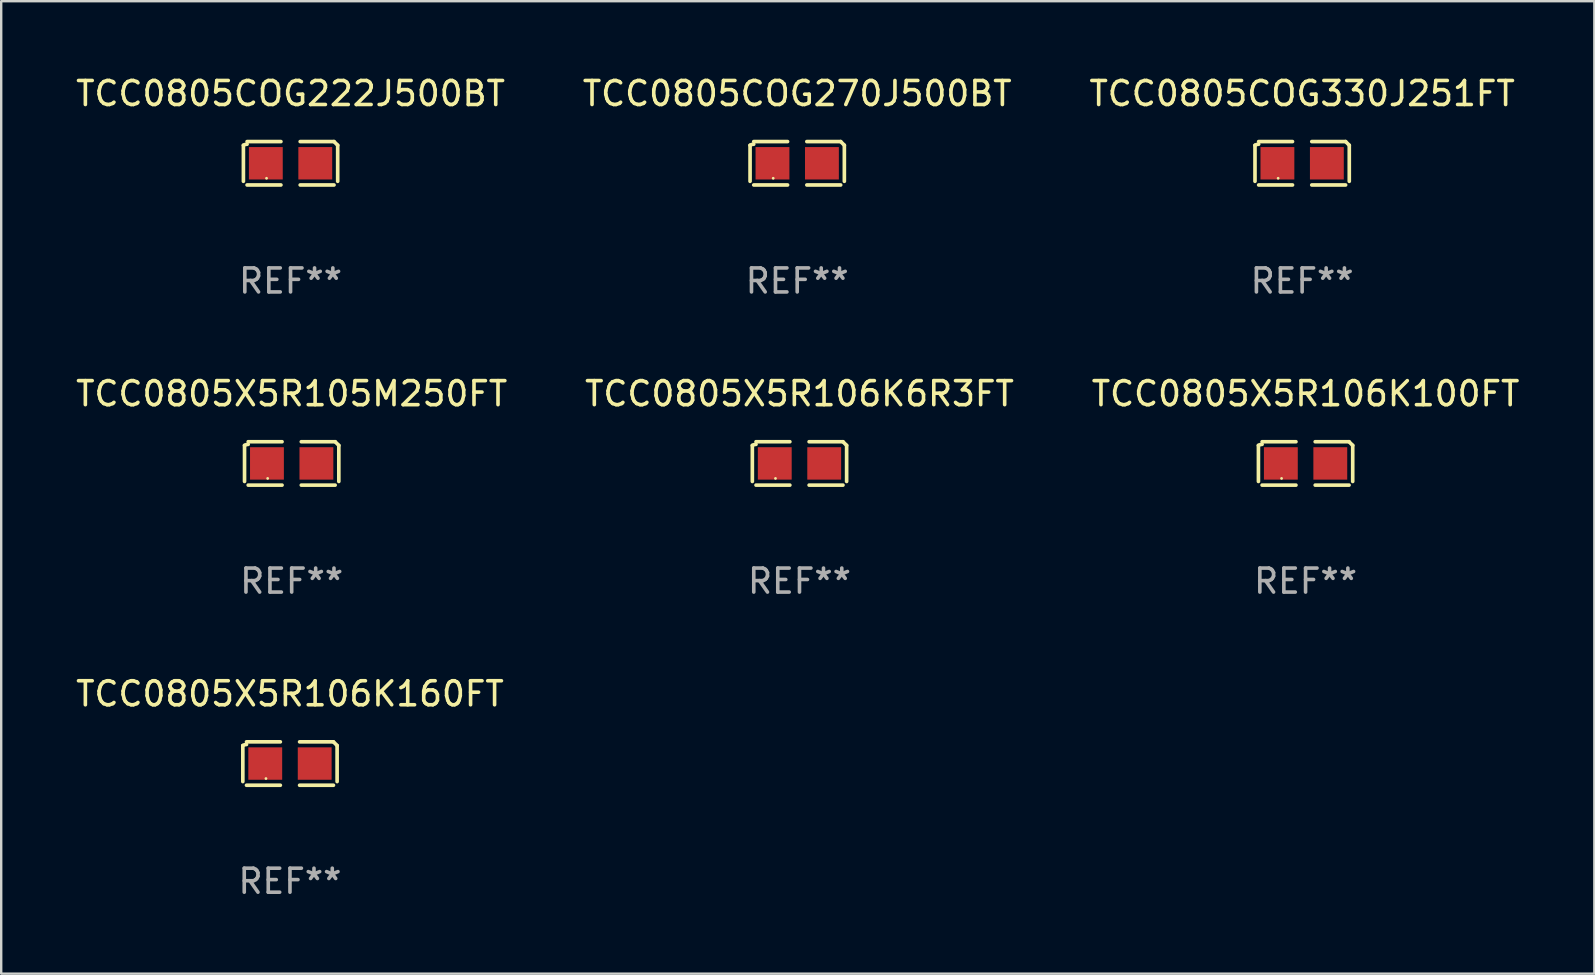
<source format=kicad_pcb>
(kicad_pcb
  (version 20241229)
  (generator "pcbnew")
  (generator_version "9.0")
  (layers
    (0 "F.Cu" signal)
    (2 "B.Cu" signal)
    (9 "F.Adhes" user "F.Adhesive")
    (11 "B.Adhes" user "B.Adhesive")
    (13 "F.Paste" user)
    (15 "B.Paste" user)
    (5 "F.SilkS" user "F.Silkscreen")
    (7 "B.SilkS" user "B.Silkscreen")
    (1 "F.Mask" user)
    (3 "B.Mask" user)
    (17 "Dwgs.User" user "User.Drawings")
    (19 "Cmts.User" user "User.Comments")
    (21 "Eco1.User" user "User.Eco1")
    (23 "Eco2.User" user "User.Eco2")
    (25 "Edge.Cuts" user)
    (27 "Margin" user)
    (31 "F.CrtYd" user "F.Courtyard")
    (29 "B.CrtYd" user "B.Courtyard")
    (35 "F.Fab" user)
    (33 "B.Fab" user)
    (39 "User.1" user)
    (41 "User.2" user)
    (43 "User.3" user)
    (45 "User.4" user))
  (footprint "TCC0805X5R105M250FT"
    (layer "F.Cu")
    (at 9.101 16.256)
    (property "Reference" "TCC0805X5R105M250FT" (at 0 -2.904 0) (layer "F.SilkS") (effects (font (size 1 1) (thickness 0.15))))
    (attr through_hole)
    (fp_line (start -1.964 0.751) (end -1.964 -0.751) (stroke (width 0.152) (type solid)) (layer "F.SilkS"))
    (fp_line (start -1.811 -0.904) (end -0.401 -0.904) (stroke (width 0.152) (type solid)) (layer "F.SilkS"))
    (fp_line (start -0.401 0.904) (end -1.811 0.904) (stroke (width 0.152) (type solid)) (layer "F.SilkS"))
    (fp_line (start 0.401 0.904) (end 1.811 0.904) (stroke (width 0.152) (type solid)) (layer "F.SilkS"))
    (fp_line (start 1.811 -0.904) (end 0.401 -0.904) (stroke (width 0.152) (type solid)) (layer "F.SilkS"))
    (fp_line (start 1.964 0.751) (end 1.964 -0.751) (stroke (width 0.152) (type solid)) (layer "F.SilkS"))
    (fp_arc (start -1.963602 -0.751207) (mid -1.890354 -0.783131) (end -1.811201 -0.794044) (stroke (width 0.1524) (type solid)) (layer "F.SilkS"))
    (fp_arc (start 1.811202 -0.903607) (mid 1.887413 -0.827418) (end 1.963602 -0.751207) (stroke (width 0.1524) (type solid)) (layer "F.SilkS"))
    (fp_circle (center -1 0.625) (end -0.97 0.625) (stroke (width 0.06) (type solid)) (fill no) (layer "F.SilkS"))
    (fp_text user "REF**" (at 0 4.904 0) (layer "F.Fab") (effects (font (size 1 1) (thickness 0.15))))
    (pad "1" smd rect (at -1.03 0) (size 1.41 1.35) (layers "F.Cu" "F.Mask" "F.Paste"))
    (pad "2" smd rect (at 1.03 0) (size 1.41 1.35) (layers "F.Cu" "F.Mask" "F.Paste")))
  (footprint "TCC0805COG222J500BT"
    (layer "F.Cu")
    (at 9.054 3.752)
    (property "Reference" "TCC0805COG222J500BT" (at 0 -2.904 0) (layer "F.SilkS") (effects (font (size 1 1) (thickness 0.15))))
    (attr through_hole)
    (fp_line (start -1.964 0.751) (end -1.964 -0.751) (stroke (width 0.152) (type solid)) (layer "F.SilkS"))
    (fp_line (start -1.811 -0.904) (end -0.401 -0.904) (stroke (width 0.152) (type solid)) (layer "F.SilkS"))
    (fp_line (start -0.401 0.904) (end -1.811 0.904) (stroke (width 0.152) (type solid)) (layer "F.SilkS"))
    (fp_line (start 0.401 0.904) (end 1.811 0.904) (stroke (width 0.152) (type solid)) (layer "F.SilkS"))
    (fp_line (start 1.811 -0.904) (end 0.401 -0.904) (stroke (width 0.152) (type solid)) (layer "F.SilkS"))
    (fp_line (start 1.964 0.751) (end 1.964 -0.751) (stroke (width 0.152) (type solid)) (layer "F.SilkS"))
    (fp_arc (start -1.963602 -0.751207) (mid -1.890354 -0.783131) (end -1.811201 -0.794044) (stroke (width 0.1524) (type solid)) (layer "F.SilkS"))
    (fp_arc (start 1.811202 -0.903607) (mid 1.887413 -0.827418) (end 1.963602 -0.751207) (stroke (width 0.1524) (type solid)) (layer "F.SilkS"))
    (fp_circle (center -1 0.625) (end -0.97 0.625) (stroke (width 0.06) (type solid)) (fill no) (layer "F.SilkS"))
    (fp_text user "REF**" (at 0 4.904 0) (layer "F.Fab") (effects (font (size 1 1) (thickness 0.15))))
    (pad "1" smd rect (at -1.03 0) (size 1.41 1.35) (layers "F.Cu" "F.Mask" "F.Paste"))
    (pad "2" smd rect (at 1.03 0) (size 1.41 1.35) (layers "F.Cu" "F.Mask" "F.Paste")))
  (footprint "TCC0805X5R106K6R3FT"
    (layer "F.Cu")
    (at 30.256 16.256)
    (property "Reference" "TCC0805X5R106K6R3FT" (at 0 -2.904 0) (layer "F.SilkS") (effects (font (size 1 1) (thickness 0.15))))
    (attr through_hole)
    (fp_line (start -1.964 0.751) (end -1.964 -0.751) (stroke (width 0.152) (type solid)) (layer "F.SilkS"))
    (fp_line (start -1.811 -0.904) (end -0.401 -0.904) (stroke (width 0.152) (type solid)) (layer "F.SilkS"))
    (fp_line (start -0.401 0.904) (end -1.811 0.904) (stroke (width 0.152) (type solid)) (layer "F.SilkS"))
    (fp_line (start 0.401 0.904) (end 1.811 0.904) (stroke (width 0.152) (type solid)) (layer "F.SilkS"))
    (fp_line (start 1.811 -0.904) (end 0.401 -0.904) (stroke (width 0.152) (type solid)) (layer "F.SilkS"))
    (fp_line (start 1.964 0.751) (end 1.964 -0.751) (stroke (width 0.152) (type solid)) (layer "F.SilkS"))
    (fp_arc (start -1.963602 -0.751207) (mid -1.890354 -0.783131) (end -1.811201 -0.794044) (stroke (width 0.1524) (type solid)) (layer "F.SilkS"))
    (fp_arc (start 1.811202 -0.903607) (mid 1.887413 -0.827418) (end 1.963602 -0.751207) (stroke (width 0.1524) (type solid)) (layer "F.SilkS"))
    (fp_circle (center -1 0.625) (end -0.97 0.625) (stroke (width 0.06) (type solid)) (fill no) (layer "F.SilkS"))
    (fp_text user "REF**" (at 0 4.904 0) (layer "F.Fab") (effects (font (size 1 1) (thickness 0.15))))
    (pad "1" smd rect (at -1.03 0) (size 1.41 1.35) (layers "F.Cu" "F.Mask" "F.Paste"))
    (pad "2" smd rect (at 1.03 0) (size 1.41 1.35) (layers "F.Cu" "F.Mask" "F.Paste")))
  (footprint "TCC0805COG270J500BT"
    (layer "F.Cu")
    (at 30.161 3.752)
    (property "Reference" "TCC0805COG270J500BT" (at 0 -2.904 0) (layer "F.SilkS") (effects (font (size 1 1) (thickness 0.15))))
    (attr through_hole)
    (fp_line (start -1.964 0.751) (end -1.964 -0.751) (stroke (width 0.152) (type solid)) (layer "F.SilkS"))
    (fp_line (start -1.811 -0.904) (end -0.401 -0.904) (stroke (width 0.152) (type solid)) (layer "F.SilkS"))
    (fp_line (start -0.401 0.904) (end -1.811 0.904) (stroke (width 0.152) (type solid)) (layer "F.SilkS"))
    (fp_line (start 0.401 0.904) (end 1.811 0.904) (stroke (width 0.152) (type solid)) (layer "F.SilkS"))
    (fp_line (start 1.811 -0.904) (end 0.401 -0.904) (stroke (width 0.152) (type solid)) (layer "F.SilkS"))
    (fp_line (start 1.964 0.751) (end 1.964 -0.751) (stroke (width 0.152) (type solid)) (layer "F.SilkS"))
    (fp_arc (start -1.963602 -0.751207) (mid -1.890354 -0.783131) (end -1.811201 -0.794044) (stroke (width 0.1524) (type solid)) (layer "F.SilkS"))
    (fp_arc (start 1.811202 -0.903607) (mid 1.887413 -0.827418) (end 1.963602 -0.751207) (stroke (width 0.1524) (type solid)) (layer "F.SilkS"))
    (fp_circle (center -1 0.625) (end -0.97 0.625) (stroke (width 0.06) (type solid)) (fill no) (layer "F.SilkS"))
    (fp_text user "REF**" (at 0 4.904 0) (layer "F.Fab") (effects (font (size 1 1) (thickness 0.15))))
    (pad "1" smd rect (at -1.03 0) (size 1.41 1.35) (layers "F.Cu" "F.Mask" "F.Paste"))
    (pad "2" smd rect (at 1.03 0) (size 1.41 1.35) (layers "F.Cu" "F.Mask" "F.Paste")))
  (footprint "TCC0805COG330J251FT"
    (layer "F.Cu")
    (at 51.196 3.752)
    (property "Reference" "TCC0805COG330J251FT" (at 0 -2.904 0) (layer "F.SilkS") (effects (font (size 1 1) (thickness 0.15))))
    (attr through_hole)
    (fp_line (start -1.964 0.751) (end -1.964 -0.751) (stroke (width 0.152) (type solid)) (layer "F.SilkS"))
    (fp_line (start -1.811 -0.904) (end -0.401 -0.904) (stroke (width 0.152) (type solid)) (layer "F.SilkS"))
    (fp_line (start -0.401 0.904) (end -1.811 0.904) (stroke (width 0.152) (type solid)) (layer "F.SilkS"))
    (fp_line (start 0.401 0.904) (end 1.811 0.904) (stroke (width 0.152) (type solid)) (layer "F.SilkS"))
    (fp_line (start 1.811 -0.904) (end 0.401 -0.904) (stroke (width 0.152) (type solid)) (layer "F.SilkS"))
    (fp_line (start 1.964 0.751) (end 1.964 -0.751) (stroke (width 0.152) (type solid)) (layer "F.SilkS"))
    (fp_arc (start -1.963602 -0.751207) (mid -1.890354 -0.783131) (end -1.811201 -0.794044) (stroke (width 0.1524) (type solid)) (layer "F.SilkS"))
    (fp_arc (start 1.811202 -0.903607) (mid 1.887413 -0.827418) (end 1.963602 -0.751207) (stroke (width 0.1524) (type solid)) (layer "F.SilkS"))
    (fp_circle (center -1 0.625) (end -0.97 0.625) (stroke (width 0.06) (type solid)) (fill no) (layer "F.SilkS"))
    (fp_text user "REF**" (at 0 4.904 0) (layer "F.Fab") (effects (font (size 1 1) (thickness 0.15))))
    (pad "1" smd rect (at -1.03 0) (size 1.41 1.35) (layers "F.Cu" "F.Mask" "F.Paste"))
    (pad "2" smd rect (at 1.03 0) (size 1.41 1.35) (layers "F.Cu" "F.Mask" "F.Paste")))
  (footprint "TCC0805X5R106K160FT"
    (layer "F.Cu")
    (at 9.03 28.759)
    (property "Reference" "TCC0805X5R106K160FT" (at 0 -2.904 0) (layer "F.SilkS") (effects (font (size 1 1) (thickness 0.15))))
    (attr through_hole)
    (fp_line (start -1.964 0.751) (end -1.964 -0.751) (stroke (width 0.152) (type solid)) (layer "F.SilkS"))
    (fp_line (start -1.811 -0.904) (end -0.401 -0.904) (stroke (width 0.152) (type solid)) (layer "F.SilkS"))
    (fp_line (start -0.401 0.904) (end -1.811 0.904) (stroke (width 0.152) (type solid)) (layer "F.SilkS"))
    (fp_line (start 0.401 0.904) (end 1.811 0.904) (stroke (width 0.152) (type solid)) (layer "F.SilkS"))
    (fp_line (start 1.811 -0.904) (end 0.401 -0.904) (stroke (width 0.152) (type solid)) (layer "F.SilkS"))
    (fp_line (start 1.964 0.751) (end 1.964 -0.751) (stroke (width 0.152) (type solid)) (layer "F.SilkS"))
    (fp_arc (start -1.963602 -0.751207) (mid -1.890354 -0.783131) (end -1.811201 -0.794044) (stroke (width 0.1524) (type solid)) (layer "F.SilkS"))
    (fp_arc (start 1.811202 -0.903607) (mid 1.887413 -0.827418) (end 1.963602 -0.751207) (stroke (width 0.1524) (type solid)) (layer "F.SilkS"))
    (fp_circle (center -1 0.625) (end -0.97 0.625) (stroke (width 0.06) (type solid)) (fill no) (layer "F.SilkS"))
    (fp_text user "REF**" (at 0 4.904 0) (layer "F.Fab") (effects (font (size 1 1) (thickness 0.15))))
    (pad "1" smd rect (at -1.03 0) (size 1.41 1.35) (layers "F.Cu" "F.Mask" "F.Paste"))
    (pad "2" smd rect (at 1.03 0) (size 1.41 1.35) (layers "F.Cu" "F.Mask" "F.Paste")))
  (footprint "TCC0805X5R106K100FT"
    (layer "F.Cu")
    (at 51.339 16.256)
    (property "Reference" "TCC0805X5R106K100FT" (at 0 -2.904 0) (layer "F.SilkS") (effects (font (size 1 1) (thickness 0.15))))
    (attr through_hole)
    (fp_line (start -1.964 0.751) (end -1.964 -0.751) (stroke (width 0.152) (type solid)) (layer "F.SilkS"))
    (fp_line (start -1.811 -0.904) (end -0.401 -0.904) (stroke (width 0.152) (type solid)) (layer "F.SilkS"))
    (fp_line (start -0.401 0.904) (end -1.811 0.904) (stroke (width 0.152) (type solid)) (layer "F.SilkS"))
    (fp_line (start 0.401 0.904) (end 1.811 0.904) (stroke (width 0.152) (type solid)) (layer "F.SilkS"))
    (fp_line (start 1.811 -0.904) (end 0.401 -0.904) (stroke (width 0.152) (type solid)) (layer "F.SilkS"))
    (fp_line (start 1.964 0.751) (end 1.964 -0.751) (stroke (width 0.152) (type solid)) (layer "F.SilkS"))
    (fp_arc (start -1.963602 -0.751207) (mid -1.890354 -0.783131) (end -1.811201 -0.794044) (stroke (width 0.1524) (type solid)) (layer "F.SilkS"))
    (fp_arc (start 1.811202 -0.903607) (mid 1.887413 -0.827418) (end 1.963602 -0.751207) (stroke (width 0.1524) (type solid)) (layer "F.SilkS"))
    (fp_circle (center -1 0.625) (end -0.97 0.625) (stroke (width 0.06) (type solid)) (fill no) (layer "F.SilkS"))
    (fp_text user "REF**" (at 0 4.904 0) (layer "F.Fab") (effects (font (size 1 1) (thickness 0.15))))
    (pad "1" smd rect (at -1.03 0) (size 1.41 1.35) (layers "F.Cu" "F.Mask" "F.Paste"))
    (pad "2" smd rect (at 1.03 0) (size 1.41 1.35) (layers "F.Cu" "F.Mask" "F.Paste")))
  (gr_rect
    (start -3 -3)
    (end 63.369 37.511)
    (stroke (width 0.1) (type default))
    (fill no)
    (layer "Edge.Cuts")))
</source>
